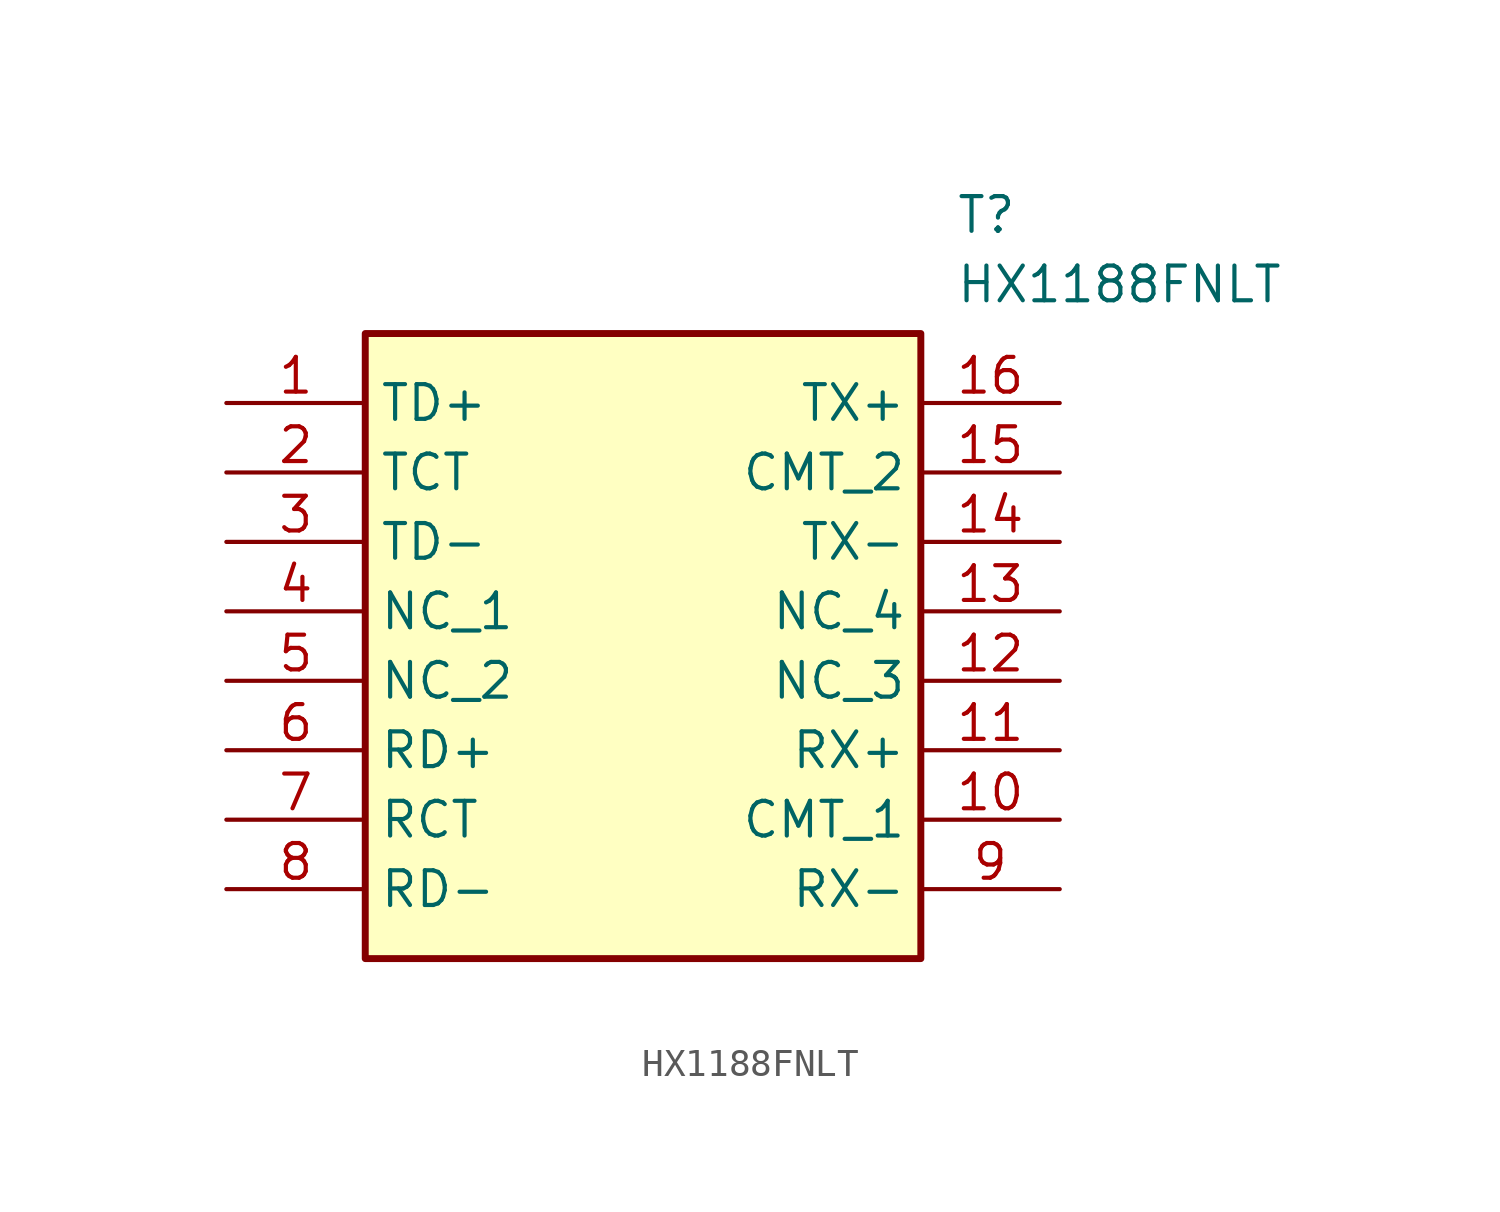
<source format=kicad_sym>
(kicad_symbol_lib
  (version 20211014)
  (generator SamacSys_ECAD_Model)
  (symbol "HX1188FNLT"
    (property "Reference" "T"
      (at 26.67 7.62 0)
      (effects (font (size 1.27 1.27)) (justify left top)))
    (property "Value" "HX1188FNLT"
      (at 26.67 5.08 0)
      (effects (font (size 1.27 1.27)) (justify left top)))
    (rectangle
      (start 5.08 2.54)
      (end 25.4 -20.32)
      (stroke (width 0.254) (type default))
      (fill (type background)))
    (pin passive line
      (at 0 0 0)
      (length 5.08)
      (name "TD+" (effects (font (size 1.27 1.27))))
      (number "1" (effects (font (size 1.27 1.27)))))
    (pin passive line
      (at 0 -2.54 0)
      (length 5.08)
      (name "TCT" (effects (font (size 1.27 1.27))))
      (number "2" (effects (font (size 1.27 1.27)))))
    (pin passive line
      (at 0 -5.08 0)
      (length 5.08)
      (name "TD-" (effects (font (size 1.27 1.27))))
      (number "3" (effects (font (size 1.27 1.27)))))
    (pin passive line
      (at 0 -7.62 0)
      (length 5.08)
      (name "NC_1" (effects (font (size 1.27 1.27))))
      (number "4" (effects (font (size 1.27 1.27)))))
    (pin passive line
      (at 0 -10.16 0)
      (length 5.08)
      (name "NC_2" (effects (font (size 1.27 1.27))))
      (number "5" (effects (font (size 1.27 1.27)))))
    (pin passive line
      (at 0 -12.7 0)
      (length 5.08)
      (name "RD+" (effects (font (size 1.27 1.27))))
      (number "6" (effects (font (size 1.27 1.27)))))
    (pin passive line
      (at 0 -15.24 0)
      (length 5.08)
      (name "RCT" (effects (font (size 1.27 1.27))))
      (number "7" (effects (font (size 1.27 1.27)))))
    (pin passive line
      (at 0 -17.78 0)
      (length 5.08)
      (name "RD-" (effects (font (size 1.27 1.27))))
      (number "8" (effects (font (size 1.27 1.27)))))
    (pin passive line
      (at 30.48 -17.78 180)
      (length 5.08)
      (name "RX-" (effects (font (size 1.27 1.27))))
      (number "9" (effects (font (size 1.27 1.27)))))
    (pin passive line
      (at 30.48 -15.24 180)
      (length 5.08)
      (name "CMT_1" (effects (font (size 1.27 1.27))))
      (number "10" (effects (font (size 1.27 1.27)))))
    (pin passive line
      (at 30.48 -12.7 180)
      (length 5.08)
      (name "RX+" (effects (font (size 1.27 1.27))))
      (number "11" (effects (font (size 1.27 1.27)))))
    (pin passive line
      (at 30.48 -10.16 180)
      (length 5.08)
      (name "NC_3" (effects (font (size 1.27 1.27))))
      (number "12" (effects (font (size 1.27 1.27)))))
    (pin passive line
      (at 30.48 -7.62 180)
      (length 5.08)
      (name "NC_4" (effects (font (size 1.27 1.27))))
      (number "13" (effects (font (size 1.27 1.27)))))
    (pin passive line
      (at 30.48 -5.08 180)
      (length 5.08)
      (name "TX-" (effects (font (size 1.27 1.27))))
      (number "14" (effects (font (size 1.27 1.27)))))
    (pin passive line
      (at 30.48 -2.54 180)
      (length 5.08)
      (name "CMT_2" (effects (font (size 1.27 1.27))))
      (number "15" (effects (font (size 1.27 1.27)))))
    (pin passive line
      (at 30.48 0 180)
      (length 5.08)
      (name "TX+" (effects (font (size 1.27 1.27))))
      (number "16" (effects (font (size 1.27 1.27)))))))
</source>
